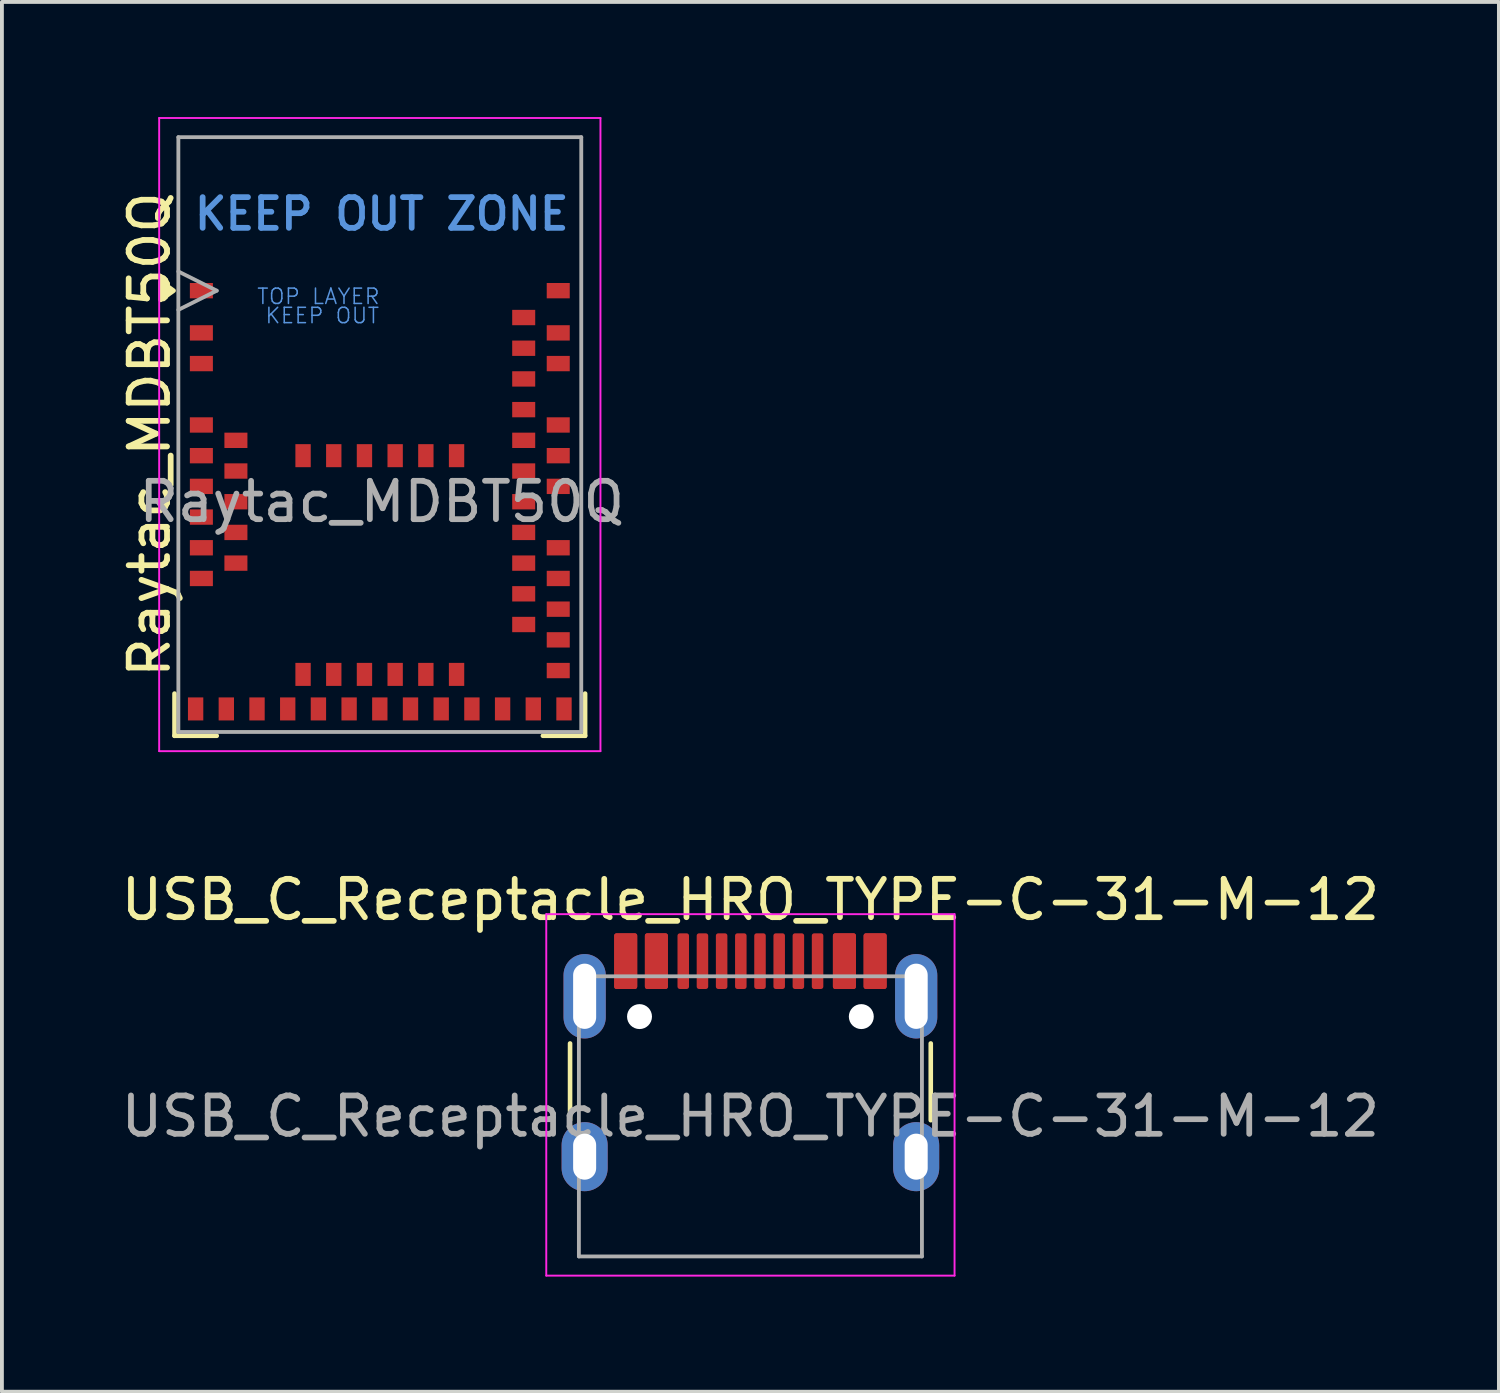
<source format=kicad_pcb>
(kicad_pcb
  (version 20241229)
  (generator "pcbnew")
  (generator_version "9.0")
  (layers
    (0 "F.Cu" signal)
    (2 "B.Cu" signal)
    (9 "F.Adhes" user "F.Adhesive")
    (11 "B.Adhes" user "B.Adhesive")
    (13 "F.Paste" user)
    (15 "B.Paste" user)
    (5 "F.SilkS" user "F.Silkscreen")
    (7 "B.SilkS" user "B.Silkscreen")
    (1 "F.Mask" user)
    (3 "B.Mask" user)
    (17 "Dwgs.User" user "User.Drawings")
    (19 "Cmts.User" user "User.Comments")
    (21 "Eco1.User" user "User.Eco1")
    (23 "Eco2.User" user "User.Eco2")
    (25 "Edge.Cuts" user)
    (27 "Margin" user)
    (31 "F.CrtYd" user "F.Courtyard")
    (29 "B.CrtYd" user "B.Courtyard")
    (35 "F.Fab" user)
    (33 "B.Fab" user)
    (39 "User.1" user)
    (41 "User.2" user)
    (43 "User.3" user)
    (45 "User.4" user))
  (footprint "USB_C_Receptacle_HRO_TYPE-C-31-M-12"
    (layer "F.Cu")
    (at 16.506 26.043)
    (property "Reference" "USB_C_Receptacle_HRO_TYPE-C-31-M-12" (at 0 -5.645 180) (layer "F.SilkS") (effects (font (size 1 1) (thickness 0.15))))
    (attr smd)
    (fp_line (start -4.7 -1.9) (end -4.7 0.1) (stroke (width 0.12) (type solid)) (layer "F.SilkS"))
    (fp_line (start 4.7 -1.9) (end 4.7 0.1) (stroke (width 0.12) (type solid)) (layer "F.SilkS"))
    (fp_line (start -5.32 -5.27) (end -5.32 4.15) (stroke (width 0.05) (type solid)) (layer "F.CrtYd"))
    (fp_line (start -5.32 -5.27) (end 5.32 -5.27) (stroke (width 0.05) (type solid)) (layer "F.CrtYd"))
    (fp_line (start -5.32 4.15) (end 5.32 4.15) (stroke (width 0.05) (type solid)) (layer "F.CrtYd"))
    (fp_line (start 5.32 -5.27) (end 5.32 4.15) (stroke (width 0.05) (type solid)) (layer "F.CrtYd"))
    (fp_line (start -4.47 -3.65) (end -4.47 3.65) (stroke (width 0.1) (type solid)) (layer "F.Fab"))
    (fp_line (start -4.47 -3.65) (end 4.47 -3.65) (stroke (width 0.1) (type solid)) (layer "F.Fab"))
    (fp_line (start -4.47 3.65) (end 4.47 3.65) (stroke (width 0.1) (type solid)) (layer "F.Fab"))
    (fp_line (start 4.47 -3.65) (end 4.47 3.65) (stroke (width 0.1) (type solid)) (layer "F.Fab"))
    (fp_text user "${REFERENCE}" (at 0 0 180) (layer "F.Fab") (effects (font (size 1 1) (thickness 0.15))))
    (pad "" np_thru_hole circle (at -2.89 -2.6) (size 0.65 0.65) (drill 0.65) (layers "*.Cu" "*.Mask"))
    (pad "" np_thru_hole circle (at 2.89 -2.6) (size 0.65 0.65) (drill 0.65) (layers "*.Cu" "*.Mask"))
    (pad "A1" smd roundrect (at -3.25 -4.045) (size 0.6 1.45) (layers "F.Cu" "F.Mask" "F.Paste") (roundrect_rratio 0.1))
    (pad "A4" smd roundrect (at -2.45 -4.045) (size 0.6 1.45) (layers "F.Cu" "F.Mask" "F.Paste") (roundrect_rratio 0.1))
    (pad "A5" smd roundrect (at -1.25 -4.045) (size 0.3 1.45) (layers "F.Cu" "F.Mask" "F.Paste") (roundrect_rratio 0.2))
    (pad "A6" smd roundrect (at -0.25 -4.045) (size 0.3 1.45) (layers "F.Cu" "F.Mask" "F.Paste") (roundrect_rratio 0.2))
    (pad "A7" smd roundrect (at 0.25 -4.045) (size 0.3 1.45) (layers "F.Cu" "F.Mask" "F.Paste") (roundrect_rratio 0.2))
    (pad "A8" smd roundrect (at 1.25 -4.045) (size 0.3 1.45) (layers "F.Cu" "F.Mask" "F.Paste") (roundrect_rratio 0.2))
    (pad "A9" smd roundrect (at 2.45 -4.045) (size 0.6 1.45) (layers "F.Cu" "F.Mask" "F.Paste") (roundrect_rratio 0.1))
    (pad "A12" smd roundrect (at 3.25 -4.045) (size 0.6 1.45) (layers "F.Cu" "F.Mask" "F.Paste") (roundrect_rratio 0.1))
    (pad "B1" smd roundrect (at 3.25 -4.045) (size 0.6 1.45) (layers "F.Cu" "F.Mask" "F.Paste") (roundrect_rratio 0.1))
    (pad "B4" smd roundrect (at 2.45 -4.045) (size 0.6 1.45) (layers "F.Cu" "F.Mask" "F.Paste") (roundrect_rratio 0.1))
    (pad "B5" smd roundrect (at 1.75 -4.045) (size 0.3 1.45) (layers "F.Cu" "F.Mask" "F.Paste") (roundrect_rratio 0.2))
    (pad "B6" smd roundrect (at 0.75 -4.045) (size 0.3 1.45) (layers "F.Cu" "F.Mask" "F.Paste") (roundrect_rratio 0.2))
    (pad "B7" smd roundrect (at -0.75 -4.045) (size 0.3 1.45) (layers "F.Cu" "F.Mask" "F.Paste") (roundrect_rratio 0.2))
    (pad "B8" smd roundrect (at -1.75 -4.045) (size 0.3 1.45) (layers "F.Cu" "F.Mask" "F.Paste") (roundrect_rratio 0.2))
    (pad "B9" smd roundrect (at -2.45 -4.045) (size 0.6 1.45) (layers "F.Cu" "F.Mask" "F.Paste") (roundrect_rratio 0.1))
    (pad "B12" smd roundrect (at -3.25 -4.045) (size 0.6 1.45) (layers "F.Cu" "F.Mask" "F.Paste") (roundrect_rratio 0.1))
    (pad "S1" thru_hole oval (at -4.32 -3.13) (size 1.1 2.2) (drill oval 0.6 1.7) (layers "*.Cu" "*.Mask"))
    (pad "S1" thru_hole oval (at -4.32 1.05) (size 1.2 1.8) (drill oval 0.6 1.2) (layers "*.Cu" "*.Mask"))
    (pad "S1" thru_hole oval (at 4.32 -3.13) (size 1.1 2.2) (drill oval 0.6 1.7) (layers "*.Cu" "*.Mask"))
    (pad "S1" thru_hole oval (at 4.32 1.05) (size 1.2 1.8) (drill oval 0.6 1.2) (layers "*.Cu" "*.Mask")))
  (footprint "Raytac_MDBT50Q"
    (layer "F.Cu")
    (at 6.848 8.275)
    (property "Reference" "Raytac_MDBT50Q" (at -6 0 270) (layer "F.SilkS") (effects (font (size 1 1) (thickness 0.15))))
    (attr smd)
    (fp_line (start -5.35 6.75) (end -5.35 7.85) (stroke (width 0.12) (type solid)) (layer "F.SilkS"))
    (fp_line (start -5.35 7.85) (end -4.25 7.85) (stroke (width 0.12) (type solid)) (layer "F.SilkS"))
    (fp_line (start 5.35 6.75) (end 5.35 7.85) (stroke (width 0.12) (type solid)) (layer "F.SilkS"))
    (fp_line (start 5.35 7.85) (end 4.25 7.85) (stroke (width 0.12) (type solid)) (layer "F.SilkS"))
    (fp_poly (pts (xy -5.375 -3.75) (xy -5.711 -3.51) (xy -5.711 -3.99) (xy -5.375 -3.75)) (stroke (width 0.12) (type solid)) (fill yes) (layer "F.SilkS"))
    (fp_line (start -5.75 -8.25) (end -5.75 8.25) (stroke (width 0.05) (type solid)) (layer "F.CrtYd"))
    (fp_line (start -5.75 -8.25) (end 5.75 -8.25) (stroke (width 0.05) (type solid)) (layer "F.CrtYd"))
    (fp_line (start -5.75 8.25) (end 5.75 8.25) (stroke (width 0.05) (type solid)) (layer "F.CrtYd"))
    (fp_line (start 5.75 -8.25) (end 5.75 8.25) (stroke (width 0.05) (type solid)) (layer "F.CrtYd"))
    (fp_line (start -5.25 -7.75) (end 5.25 -7.75) (stroke (width 0.1) (type solid)) (layer "F.Fab"))
    (fp_line (start -5.25 7.75) (end -5.25 -7.75) (stroke (width 0.1) (type solid)) (layer "F.Fab"))
    (fp_line (start -4.25 -3.75) (end -5.25 -4.25) (stroke (width 0.1) (type solid)) (layer "F.Fab"))
    (fp_line (start -4.25 -3.75) (end -5.25 -3.25) (stroke (width 0.1) (type solid)) (layer "F.Fab"))
    (fp_line (start 5.25 -7.75) (end 5.25 7.75) (stroke (width 0.1) (type solid)) (layer "F.Fab"))
    (fp_line (start 5.25 7.75) (end -5.25 7.75) (stroke (width 0.1) (type solid)) (layer "F.Fab"))
    (fp_text user "KEEP OUT ZONE" (at 0.05 -5.75 0) (layer "Cmts.User") (effects (font (size 0.8 0.8) (thickness 0.15))))
    (fp_text user "TOP LAYER" (at -1.6 -3.6 0) (layer "Cmts.User") (effects (font (size 0.4 0.4) (thickness 0.04))))
    (fp_text user "KEEP OUT" (at -1.5 -3.1 0) (layer "Cmts.User") (effects (font (size 0.4 0.4) (thickness 0.04))))
    (fp_text user "${REFERENCE}" (at 0.05 1.75 0) (layer "F.Fab") (effects (font (size 1 1) (thickness 0.15))))
    (pad "1" smd rect (at -4.65 -3.75) (size 0.6 0.4) (layers "F.Cu" "F.Mask" "F.Paste"))
    (pad "2" smd rect (at -4.65 -2.65) (size 0.6 0.4) (layers "F.Cu" "F.Mask" "F.Paste"))
    (pad "3" smd rect (at -4.65 -1.85) (size 0.6 0.4) (layers "F.Cu" "F.Mask" "F.Paste"))
    (pad "4" smd rect (at -4.65 -0.25) (size 0.6 0.4) (layers "F.Cu" "F.Mask" "F.Paste"))
    (pad "5" smd rect (at -3.75 0.15) (size 0.6 0.4) (layers "F.Cu" "F.Mask" "F.Paste"))
    (pad "6" smd rect (at -4.65 0.55) (size 0.6 0.4) (layers "F.Cu" "F.Mask" "F.Paste"))
    (pad "7" smd rect (at -3.75 0.95) (size 0.6 0.4) (layers "F.Cu" "F.Mask" "F.Paste"))
    (pad "8" smd rect (at -4.65 1.35) (size 0.6 0.4) (layers "F.Cu" "F.Mask" "F.Paste"))
    (pad "9" smd rect (at -3.75 1.75) (size 0.6 0.4) (layers "F.Cu" "F.Mask" "F.Paste"))
    (pad "10" smd rect (at -4.65 2.15) (size 0.6 0.4) (layers "F.Cu" "F.Mask" "F.Paste"))
    (pad "11" smd rect (at -3.75 2.55) (size 0.6 0.4) (layers "F.Cu" "F.Mask" "F.Paste"))
    (pad "12" smd rect (at -4.65 2.95) (size 0.6 0.4) (layers "F.Cu" "F.Mask" "F.Paste"))
    (pad "13" smd rect (at -3.75 3.35) (size 0.6 0.4) (layers "F.Cu" "F.Mask" "F.Paste"))
    (pad "14" smd rect (at -4.65 3.75) (size 0.6 0.4) (layers "F.Cu" "F.Mask" "F.Paste"))
    (pad "15" smd rect (at -4.8 7.15 90) (size 0.6 0.4) (layers "F.Cu" "F.Mask" "F.Paste"))
    (pad "16" smd rect (at -4 7.15 90) (size 0.6 0.4) (layers "F.Cu" "F.Mask" "F.Paste"))
    (pad "17" smd rect (at -3.2 7.15 90) (size 0.6 0.4) (layers "F.Cu" "F.Mask" "F.Paste"))
    (pad "18" smd rect (at -2.4 7.15 90) (size 0.6 0.4) (layers "F.Cu" "F.Mask" "F.Paste"))
    (pad "19" smd rect (at -2 6.25 90) (size 0.6 0.4) (layers "F.Cu" "F.Mask" "F.Paste"))
    (pad "20" smd rect (at -1.6 7.15 90) (size 0.6 0.4) (layers "F.Cu" "F.Mask" "F.Paste"))
    (pad "21" smd rect (at -1.2 6.25 90) (size 0.6 0.4) (layers "F.Cu" "F.Mask" "F.Paste"))
    (pad "22" smd rect (at -0.8 7.15 90) (size 0.6 0.4) (layers "F.Cu" "F.Mask" "F.Paste"))
    (pad "23" smd rect (at -0.4 6.25 90) (size 0.6 0.4) (layers "F.Cu" "F.Mask" "F.Paste"))
    (pad "24" smd rect (at 0 7.15 90) (size 0.6 0.4) (layers "F.Cu" "F.Mask" "F.Paste"))
    (pad "25" smd rect (at 0.4 6.25 90) (size 0.6 0.4) (layers "F.Cu" "F.Mask" "F.Paste"))
    (pad "26" smd rect (at 0.8 7.15 90) (size 0.6 0.4) (layers "F.Cu" "F.Mask" "F.Paste"))
    (pad "27" smd rect (at 1.2 6.25 90) (size 0.6 0.4) (layers "F.Cu" "F.Mask" "F.Paste"))
    (pad "28" smd rect (at 1.6 7.15 90) (size 0.6 0.4) (layers "F.Cu" "F.Mask" "F.Paste"))
    (pad "29" smd rect (at 2 6.25 90) (size 0.6 0.4) (layers "F.Cu" "F.Mask" "F.Paste"))
    (pad "30" smd rect (at 2.4 7.15 90) (size 0.6 0.4) (layers "F.Cu" "F.Mask" "F.Paste"))
    (pad "31" smd rect (at 3.2 7.15 90) (size 0.6 0.4) (layers "F.Cu" "F.Mask" "F.Paste"))
    (pad "32" smd rect (at 4 7.15 90) (size 0.6 0.4) (layers "F.Cu" "F.Mask" "F.Paste"))
    (pad "33" smd rect (at 4.8 7.15 90) (size 0.6 0.4) (layers "F.Cu" "F.Mask" "F.Paste"))
    (pad "34" smd rect (at 4.65 6.15) (size 0.6 0.4) (layers "F.Cu" "F.Mask" "F.Paste"))
    (pad "35" smd rect (at 4.65 5.35) (size 0.6 0.4) (layers "F.Cu" "F.Mask" "F.Paste"))
    (pad "36" smd rect (at 3.75 4.95) (size 0.6 0.4) (layers "F.Cu" "F.Mask" "F.Paste"))
    (pad "37" smd rect (at 4.65 4.55) (size 0.6 0.4) (layers "F.Cu" "F.Mask" "F.Paste"))
    (pad "38" smd rect (at 3.75 4.15) (size 0.6 0.4) (layers "F.Cu" "F.Mask" "F.Paste"))
    (pad "39" smd rect (at 4.65 3.75) (size 0.6 0.4) (layers "F.Cu" "F.Mask" "F.Paste"))
    (pad "40" smd rect (at 3.75 3.35) (size 0.6 0.4) (layers "F.Cu" "F.Mask" "F.Paste"))
    (pad "41" smd rect (at 4.65 2.95) (size 0.6 0.4) (layers "F.Cu" "F.Mask" "F.Paste"))
    (pad "42" smd rect (at 3.75 2.55) (size 0.6 0.4) (layers "F.Cu" "F.Mask" "F.Paste"))
    (pad "43" smd rect (at 3.75 1.75) (size 0.6 0.4) (layers "F.Cu" "F.Mask" "F.Paste"))
    (pad "44" smd rect (at 4.65 1.35) (size 0.6 0.4) (layers "F.Cu" "F.Mask" "F.Paste"))
    (pad "45" smd rect (at 3.75 0.95) (size 0.6 0.4) (layers "F.Cu" "F.Mask" "F.Paste"))
    (pad "46" smd rect (at 4.65 0.55) (size 0.6 0.4) (layers "F.Cu" "F.Mask" "F.Paste"))
    (pad "47" smd rect (at 3.75 0.15) (size 0.6 0.4) (layers "F.Cu" "F.Mask" "F.Paste"))
    (pad "48" smd rect (at 4.65 -0.25) (size 0.6 0.4) (layers "F.Cu" "F.Mask" "F.Paste"))
    (pad "49" smd rect (at 3.75 -0.65) (size 0.6 0.4) (layers "F.Cu" "F.Mask" "F.Paste"))
    (pad "50" smd rect (at 3.75 -1.45) (size 0.6 0.4) (layers "F.Cu" "F.Mask" "F.Paste"))
    (pad "51" smd rect (at 4.65 -1.85) (size 0.6 0.4) (layers "F.Cu" "F.Mask" "F.Paste"))
    (pad "52" smd rect (at 3.75 -2.25) (size 0.6 0.4) (layers "F.Cu" "F.Mask" "F.Paste"))
    (pad "53" smd rect (at 4.65 -2.65) (size 0.6 0.4) (layers "F.Cu" "F.Mask" "F.Paste"))
    (pad "54" smd rect (at 3.75 -3.05) (size 0.6 0.4) (layers "F.Cu" "F.Mask" "F.Paste"))
    (pad "55" smd rect (at 4.65 -3.75) (size 0.6 0.4) (layers "F.Cu" "F.Mask" "F.Paste"))
    (pad "56" smd rect (at -2 0.55 90) (size 0.6 0.4) (layers "F.Cu" "F.Mask" "F.Paste"))
    (pad "57" smd rect (at -1.2 0.55 90) (size 0.6 0.4) (layers "F.Cu" "F.Mask" "F.Paste"))
    (pad "58" smd rect (at -0.4 0.55 90) (size 0.6 0.4) (layers "F.Cu" "F.Mask" "F.Paste"))
    (pad "59" smd rect (at 0.4 0.55 90) (size 0.6 0.4) (layers "F.Cu" "F.Mask" "F.Paste"))
    (pad "60" smd rect (at 1.2 0.55 90) (size 0.6 0.4) (layers "F.Cu" "F.Mask" "F.Paste"))
    (pad "61" smd rect (at 2 0.55 90) (size 0.6 0.4) (layers "F.Cu" "F.Mask" "F.Paste"))
    (zone (net_name "") (layer "F.Cu") (hatch full 0.508) (connect_pads) (min_thickness 0.254) (filled_areas_thickness no) (keepout (tracks not_allowed) (vias not_allowed) (pads not_allowed) (copperpour not_allowed) (footprints not_allowed)) (placement (enabled no)) (fill) (polygon (pts (xy 6.148 5.525) (xy 4.548 5.525) (xy 4.548 4.325) (xy 6.148 4.325))))
    (zone (net_name "") (layers "F.Cu" "B.Cu") (hatch full 0.508) (connect_pads) (min_thickness 0.254) (filled_areas_thickness no) (keepout (tracks not_allowed) (vias not_allowed) (pads not_allowed) (copperpour not_allowed) (footprints not_allowed)) (placement (enabled no)) (fill) (polygon (pts (xy 0.648 4.275) (xy 13.048 4.275) (xy 13.048 0.525) (xy 0.648 0.525)))))
  (gr_rect
    (start -3 -3)
    (end 36.012 33.218)
    (stroke (width 0.1) (type default))
    (fill no)
    (layer "Edge.Cuts")))
</source>
